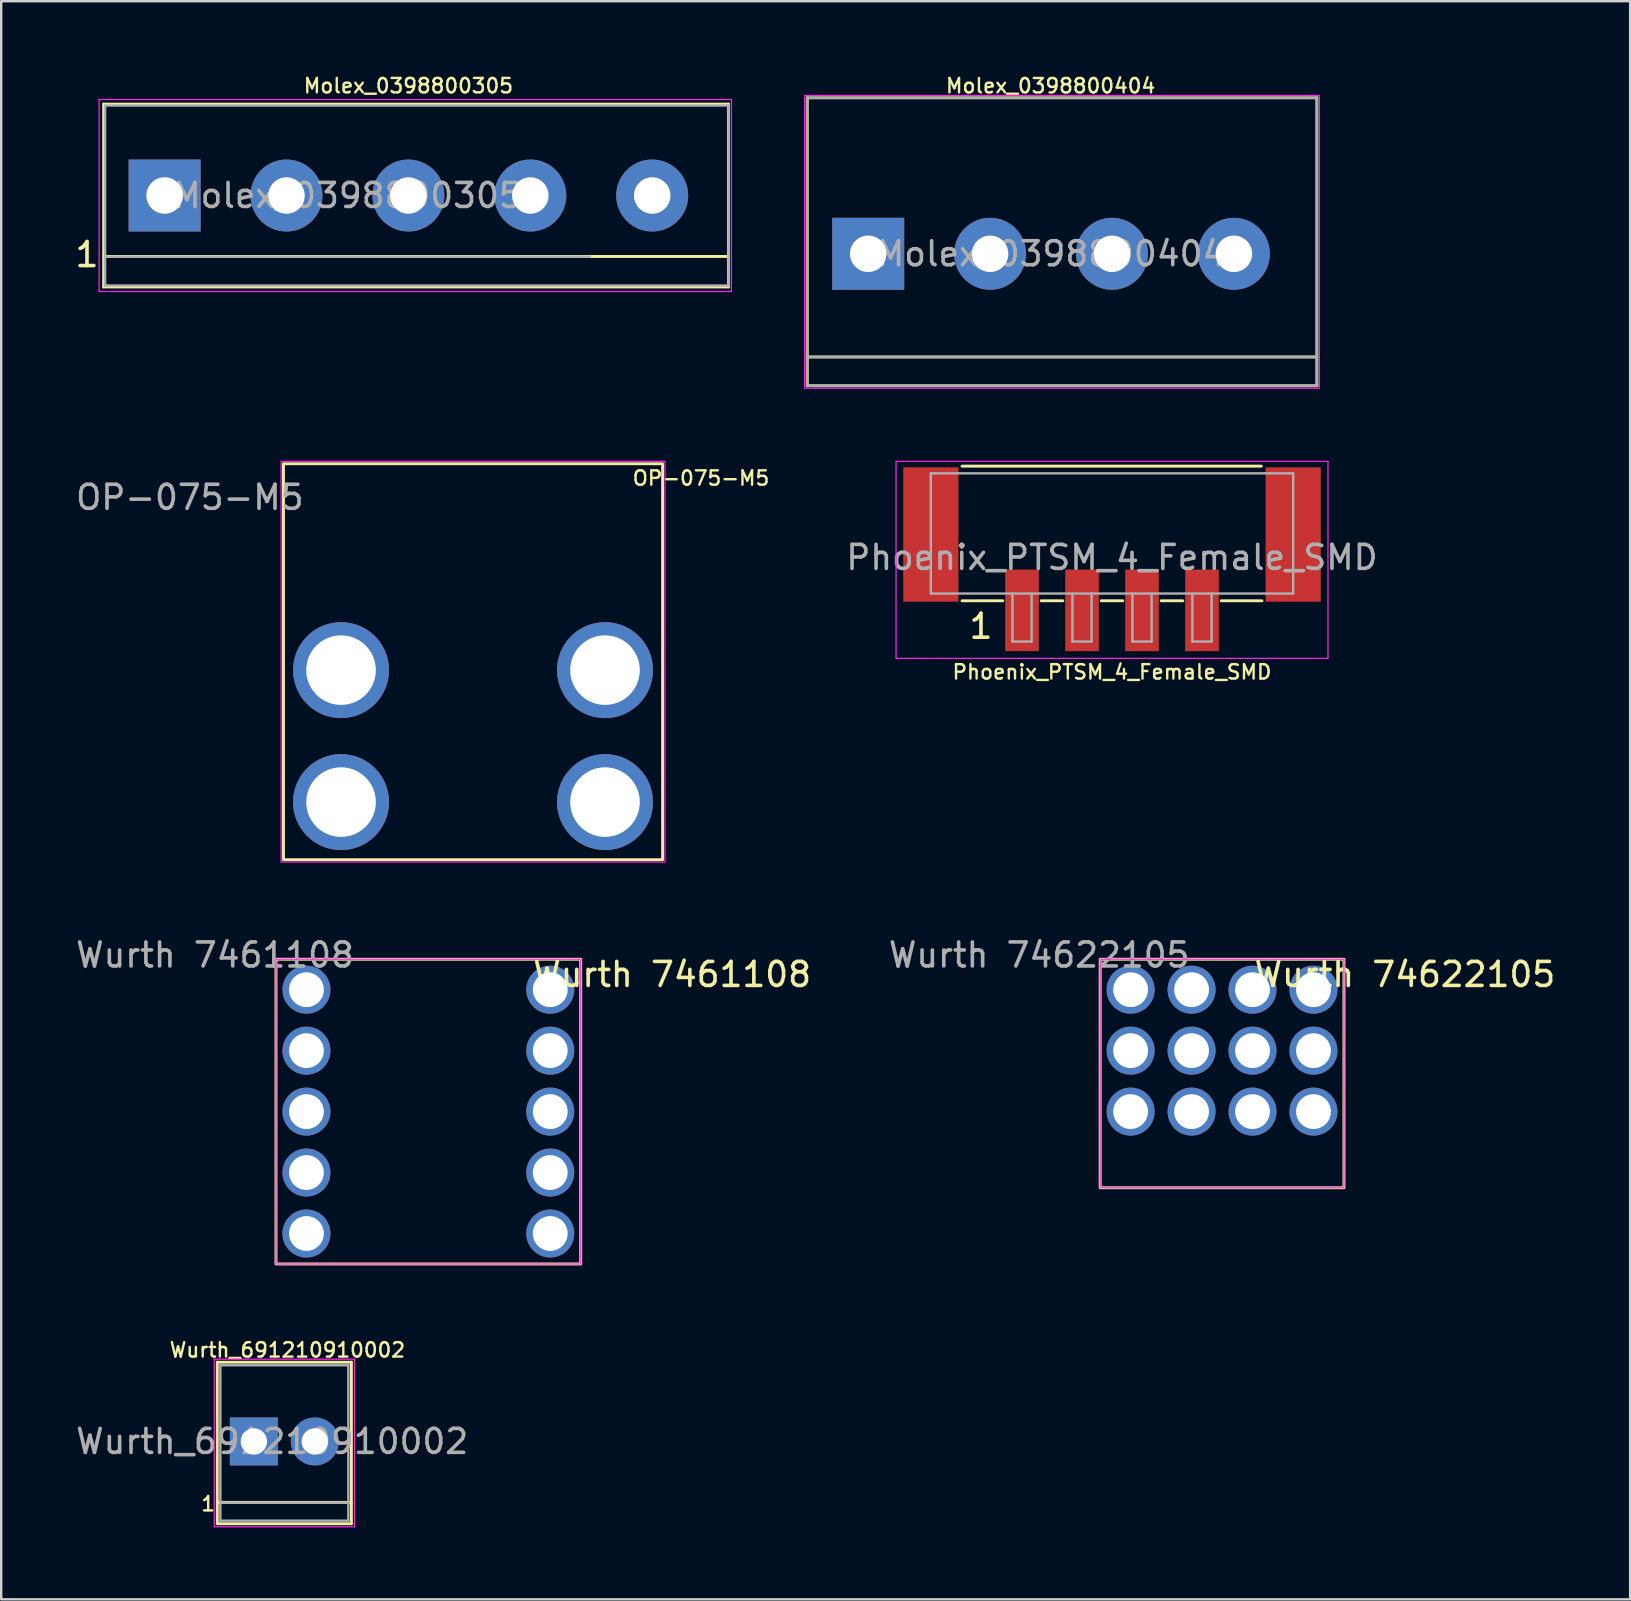
<source format=kicad_pcb>
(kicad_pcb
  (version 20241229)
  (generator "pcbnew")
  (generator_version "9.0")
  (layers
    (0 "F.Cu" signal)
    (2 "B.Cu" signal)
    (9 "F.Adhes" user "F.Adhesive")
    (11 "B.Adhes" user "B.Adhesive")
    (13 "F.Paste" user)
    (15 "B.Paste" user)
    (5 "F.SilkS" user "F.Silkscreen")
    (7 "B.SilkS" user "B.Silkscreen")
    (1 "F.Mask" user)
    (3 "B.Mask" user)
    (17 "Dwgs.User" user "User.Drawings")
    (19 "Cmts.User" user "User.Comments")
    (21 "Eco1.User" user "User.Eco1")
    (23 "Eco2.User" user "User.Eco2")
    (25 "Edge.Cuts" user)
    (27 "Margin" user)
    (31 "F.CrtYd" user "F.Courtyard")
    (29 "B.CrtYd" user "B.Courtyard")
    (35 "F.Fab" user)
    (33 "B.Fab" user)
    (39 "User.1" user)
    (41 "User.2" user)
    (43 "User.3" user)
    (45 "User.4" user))
  (footprint "Wurth 74622105"
    (layer "F.Cu")
    (at 49.148 43.275)
    (property "Reference" "Wurth 74622105" (at 6.35 -5.715 0) (unlocked yes) (layer "F.SilkS") (effects (font (size 1 1) (thickness 0.15))))
    (fp_rect (start -6.35 -6.35) (end 3.81 3.175) (stroke (width 0.12) (type solid)) (fill no) (layer "F.SilkS"))
    (fp_rect (start -6.35 -6.35) (end 3.81 3.175) (stroke (width 0.05) (type solid)) (fill no) (layer "F.CrtYd"))
    (fp_text user "${REFERENCE}" (at -8.89 -6.525 0) (unlocked yes) (layer "F.Fab") (effects (font (size 1 1) (thickness 0.15))))
    (pad "1" thru_hole circle (at -5.08 -5.08) (size 2 2) (drill 1.45) (layers "*.Cu" "*.Mask"))
    (pad "1" thru_hole circle (at -5.08 -2.54) (size 2 2) (drill 1.45) (layers "*.Cu" "*.Mask"))
    (pad "1" thru_hole circle (at -5.08 0) (size 2 2) (drill 1.45) (layers "*.Cu" "*.Mask"))
    (pad "1" thru_hole circle (at -2.54 -5.08) (size 2 2) (drill 1.45) (layers "*.Cu" "*.Mask"))
    (pad "1" thru_hole circle (at -2.54 -2.54) (size 2 2) (drill 1.45) (layers "*.Cu" "*.Mask"))
    (pad "1" thru_hole circle (at -2.54 0) (size 2 2) (drill 1.45) (layers "*.Cu" "*.Mask"))
    (pad "1" thru_hole circle (at 0 -5.08) (size 2 2) (drill 1.45) (layers "*.Cu" "*.Mask"))
    (pad "1" thru_hole circle (at 0 -2.54) (size 2 2) (drill 1.45) (layers "*.Cu" "*.Mask"))
    (pad "1" thru_hole circle (at 0 0) (size 2 2) (drill 1.45) (layers "*.Cu" "*.Mask"))
    (pad "1" thru_hole circle (at 2.54 -5.08) (size 2 2) (drill 1.45) (layers "*.Cu" "*.Mask"))
    (pad "1" thru_hole circle (at 2.54 -2.54) (size 2 2) (drill 1.45) (layers "*.Cu" "*.Mask"))
    (pad "1" thru_hole circle (at 2.54 0) (size 2 2) (drill 1.45) (layers "*.Cu" "*.Mask")))
  (footprint "Wurth 7461108"
    (layer "F.Cu")
    (at 14.801 43.275)
    (property "Reference" "Wurth 7461108" (at 10.16 -5.715 0) (unlocked yes) (layer "F.SilkS") (effects (font (size 1 1) (thickness 0.15))))
    (fp_rect (start -6.35 -6.35) (end 6.35 6.35) (stroke (width 0.12) (type solid)) (fill no) (layer "F.SilkS"))
    (fp_rect (start -6.35 -6.35) (end 6.35 6.35) (stroke (width 0.05) (type solid)) (fill no) (layer "F.CrtYd"))
    (fp_text user "${REFERENCE}" (at -8.89 -6.525 0) (unlocked yes) (layer "F.Fab") (effects (font (size 1 1) (thickness 0.15))))
    (pad "1" thru_hole circle (at -5.08 -5.08) (size 2 2) (drill 1.45) (layers "*.Cu" "*.Mask"))
    (pad "1" thru_hole circle (at -5.08 -2.54) (size 2 2) (drill 1.45) (layers "*.Cu" "*.Mask"))
    (pad "1" thru_hole circle (at -5.08 0) (size 2 2) (drill 1.45) (layers "*.Cu" "*.Mask"))
    (pad "1" thru_hole circle (at -5.08 2.54) (size 2 2) (drill 1.45) (layers "*.Cu" "*.Mask"))
    (pad "1" thru_hole circle (at -5.08 5.08) (size 2 2) (drill 1.45) (layers "*.Cu" "*.Mask"))
    (pad "1" thru_hole circle (at 5.08 -5.08) (size 2 2) (drill 1.45) (layers "*.Cu" "*.Mask"))
    (pad "1" thru_hole circle (at 5.08 -2.54) (size 2 2) (drill 1.45) (layers "*.Cu" "*.Mask"))
    (pad "1" thru_hole circle (at 5.08 0) (size 2 2) (drill 1.45) (layers "*.Cu" "*.Mask"))
    (pad "1" thru_hole circle (at 5.08 2.54) (size 2 2) (drill 1.45) (layers "*.Cu" "*.Mask"))
    (pad "1" thru_hole circle (at 5.08 5.08) (size 2 2) (drill 1.45) (layers "*.Cu" "*.Mask")))
  (footprint "Phoenix_PTSM_4_Female_SMD"
    (layer "F.Cu")
    (at 43.292 20.256)
    (property "Reference" "Phoenix_PTSM_4_Female_SMD" (at 0 4.699 0) (layer "F.SilkS") (effects (font (size 0.6 0.6) (thickness 0.1))))
    (attr smd)
    (fp_line (start -6.25 -3.88) (end 6.223 -3.88) (stroke (width 0.12) (type solid)) (layer "F.SilkS"))
    (fp_line (start -4.55 1.73) (end -6.25 1.73) (stroke (width 0.12) (type solid)) (layer "F.SilkS"))
    (fp_line (start -2.05 1.73) (end -2.95 1.73) (stroke (width 0.12) (type solid)) (layer "F.SilkS"))
    (fp_line (start 0.45 1.73) (end -0.45 1.73) (stroke (width 0.12) (type solid)) (layer "F.SilkS"))
    (fp_line (start 2.95 1.73) (end 2.05 1.73) (stroke (width 0.12) (type solid)) (layer "F.SilkS"))
    (fp_line (start 6.25 1.73) (end 4.55 1.73) (stroke (width 0.12) (type solid)) (layer "F.SilkS"))
    (fp_line (start -9 -4.08) (end 9 -4.08) (stroke (width 0.05) (type solid)) (layer "F.CrtYd"))
    (fp_line (start -9 4.13) (end -9 -4.08) (stroke (width 0.05) (type solid)) (layer "F.CrtYd"))
    (fp_line (start 9 -4.08) (end 9 4.13) (stroke (width 0.05) (type solid)) (layer "F.CrtYd"))
    (fp_line (start 9 4.13) (end -9 4.13) (stroke (width 0.05) (type solid)) (layer "F.CrtYd"))
    (fp_line (start -7.55 -3.58) (end 7.55 -3.58) (stroke (width 0.1) (type solid)) (layer "F.Fab"))
    (fp_line (start -7.55 1.43) (end -7.55 -3.58) (stroke (width 0.1) (type solid)) (layer "F.Fab"))
    (fp_line (start -4.15 1.43) (end -4.15 3.43) (stroke (width 0.1) (type solid)) (layer "F.Fab"))
    (fp_line (start -4.15 3.43) (end -3.35 3.43) (stroke (width 0.1) (type solid)) (layer "F.Fab"))
    (fp_line (start -3.35 1.43) (end -3.35 3.43) (stroke (width 0.1) (type solid)) (layer "F.Fab"))
    (fp_line (start -1.65 1.43) (end -1.65 3.43) (stroke (width 0.1) (type solid)) (layer "F.Fab"))
    (fp_line (start -1.65 3.43) (end -0.85 3.43) (stroke (width 0.1) (type solid)) (layer "F.Fab"))
    (fp_line (start -0.85 1.43) (end -0.85 3.43) (stroke (width 0.1) (type solid)) (layer "F.Fab"))
    (fp_line (start 0.85 1.43) (end 0.85 3.43) (stroke (width 0.1) (type solid)) (layer "F.Fab"))
    (fp_line (start 0.85 3.43) (end 1.65 3.43) (stroke (width 0.1) (type solid)) (layer "F.Fab"))
    (fp_line (start 1.65 1.43) (end 1.65 3.43) (stroke (width 0.1) (type solid)) (layer "F.Fab"))
    (fp_line (start 3.35 1.43) (end 3.35 3.43) (stroke (width 0.1) (type solid)) (layer "F.Fab"))
    (fp_line (start 3.35 3.43) (end 4.15 3.43) (stroke (width 0.1) (type solid)) (layer "F.Fab"))
    (fp_line (start 4.15 1.43) (end 4.15 3.43) (stroke (width 0.1) (type solid)) (layer "F.Fab"))
    (fp_line (start 7.55 1.43) (end -7.55 1.43) (stroke (width 0.1) (type solid)) (layer "F.Fab"))
    (fp_line (start 7.55 1.43) (end 7.55 -3.58) (stroke (width 0.1) (type solid)) (layer "F.Fab"))
    (fp_text user "1" (at -5.461 2.794 0) (unlocked yes) (layer "F.SilkS") (effects (font (size 1 1) (thickness 0.15))))
    (fp_text user "${REFERENCE}" (at 0 -0.075 0) (layer "F.Fab") (effects (font (size 1 1) (thickness 0.15))))
    (pad "" smd rect (at -7.55 -1.03 180) (size 2.3 5.6) (layers "F.Cu" "F.Mask" "F.Paste"))
    (pad "" smd rect (at 7.55 -1.03 180) (size 2.3 5.6) (layers "F.Cu" "F.Mask" "F.Paste"))
    (pad "1" smd rect (at -3.75 2.13 180) (size 1.4 3.4) (layers "F.Cu" "F.Mask" "F.Paste"))
    (pad "2" smd rect (at -1.25 2.13 180) (size 1.4 3.4) (layers "F.Cu" "F.Mask" "F.Paste"))
    (pad "3" smd rect (at 1.25 2.13 180) (size 1.4 3.4) (layers "F.Cu" "F.Mask" "F.Paste"))
    (pad "4" smd rect (at 3.75 2.13 180) (size 1.4 3.4) (layers "F.Cu" "F.Mask" "F.Paste")))
  (footprint "OP-075-M5"
    (layer "F.Cu")
    (at 11.163 25.377)
    (property "Reference" "OP-075-M5" (at 15 -8.5 0) (unlocked yes) (layer "F.SilkS") (effects (font (size 0.6 0.6) (thickness 0.1))))
    (attr smd)
    (fp_rect (start -2.4 -9.1) (end 13.4 7.4) (stroke (width 0.12) (type solid)) (fill no) (layer "F.SilkS"))
    (fp_rect (start 13.5 -9.2) (end -2.5 7.5) (stroke (width 0.05) (type solid)) (fill no) (layer "F.CrtYd"))
    (fp_text user "${REFERENCE}" (at -6.3 -7.7 0) (unlocked yes) (layer "F.Fab") (effects (font (size 1 1) (thickness 0.15))))
    (pad "1" thru_hole circle (at 0 -0.5) (size 4 4) (drill 2.9) (layers "*.Cu" "*.Mask"))
    (pad "2" thru_hole circle (at 0 5) (size 4 4) (drill 2.9) (layers "*.Cu" "*.Mask"))
    (pad "3" thru_hole circle (at 11 5) (size 4 4) (drill 2.9) (layers "*.Cu" "*.Mask"))
    (pad "4" thru_hole circle (at 11 -0.5) (size 4 4) (drill 2.9) (layers "*.Cu" "*.Mask")))
  (footprint "Molex_0398800404"
    (layer "F.Cu")
    (at 33.132 7.527)
    (property "Reference" "Molex_0398800404" (at 7.6 -7 0) (layer "F.SilkS") (effects (font (size 0.6 0.6) (thickness 0.1))))
    (attr through_hole)
    (fp_line (start -2.54 -6.5) (end -2.54 5.5) (stroke (width 0.12) (type solid)) (layer "F.SilkS"))
    (fp_line (start -2.54 -6.5) (end 18.7 -6.5) (stroke (width 0.12) (type solid)) (layer "F.SilkS"))
    (fp_line (start -2.54 5.5) (end 18.7 5.5) (stroke (width 0.12) (type solid)) (layer "F.SilkS"))
    (fp_line (start 18.7 4.3) (end -2.54 4.3) (stroke (width 0.12) (type solid)) (layer "F.SilkS"))
    (fp_line (start 18.7 5.5) (end 18.7 -6.5) (stroke (width 0.12) (type solid)) (layer "F.SilkS"))
    (fp_rect (start 18.8 -6.6) (end -2.65 5.6) (stroke (width 0.05) (type solid)) (fill no) (layer "F.CrtYd"))
    (fp_line (start 18.7 4.3) (end -2.55 4.3) (stroke (width 0.1) (type solid)) (layer "F.Fab"))
    (fp_rect (start -2.55 -6.5) (end 18.7 5.5) (stroke (width 0.1) (type solid)) (fill no) (layer "F.Fab"))
    (fp_text user "${REFERENCE}" (at 7.62 0 0) (layer "F.Fab") (effects (font (size 1 1) (thickness 0.15))))
    (pad "1" thru_hole rect (at 0 0) (size 3 3) (drill 1.52) (layers "*.Cu" "*.Mask"))
    (pad "2" thru_hole circle (at 5.08 0) (size 3 3) (drill 1.52) (layers "*.Cu" "*.Mask"))
    (pad "3" thru_hole circle (at 10.16 0) (size 3 3) (drill 1.52) (layers "*.Cu" "*.Mask"))
    (pad "4" thru_hole circle (at 15.24 0) (size 3 3) (drill 1.52) (layers "*.Cu" "*.Mask")))
  (footprint "Wurth_691210910002"
    (layer "F.Cu")
    (at 8.292 57.021)
    (property "Reference" "Wurth_691210910002" (at 0.635 -3.81 0) (layer "F.SilkS") (effects (font (size 0.6 0.6) (thickness 0.1))))
    (attr through_hole)
    (fp_line (start -2.286 -3.302) (end -2.286 3.429) (stroke (width 0.12) (type solid)) (layer "F.SilkS"))
    (fp_line (start -2.286 3.429) (end 3.302 3.429) (stroke (width 0.12) (type solid)) (layer "F.SilkS"))
    (fp_line (start 3.302 -3.302) (end -2.286 -3.302) (stroke (width 0.12) (type solid)) (layer "F.SilkS"))
    (fp_line (start 3.302 2.54) (end -2.286 2.54) (stroke (width 0.12) (type solid)) (layer "F.SilkS"))
    (fp_line (start 3.302 3.429) (end 3.302 -3.302) (stroke (width 0.12) (type solid)) (layer "F.SilkS"))
    (fp_line (start -2.413 -3.429) (end -2.413 3.556) (stroke (width 0.05) (type solid)) (layer "F.CrtYd"))
    (fp_line (start -2.413 -3.429) (end 3.429 -3.429) (stroke (width 0.05) (type solid)) (layer "F.CrtYd"))
    (fp_line (start 3.429 3.556) (end -2.413 3.556) (stroke (width 0.05) (type solid)) (layer "F.CrtYd"))
    (fp_line (start 3.429 3.556) (end 3.429 -3.429) (stroke (width 0.05) (type solid)) (layer "F.CrtYd"))
    (fp_line (start -2.159 -3.175) (end -2.159 3.302) (stroke (width 0.1) (type solid)) (layer "F.Fab"))
    (fp_line (start -2.159 2.55) (end 3.175 2.55) (stroke (width 0.1) (type solid)) (layer "F.Fab"))
    (fp_line (start -2.159 3.302) (end 3.175 3.302) (stroke (width 0.1) (type solid)) (layer "F.Fab"))
    (fp_line (start 3.175 -3.175) (end -2.159 -3.175) (stroke (width 0.1) (type solid)) (layer "F.Fab"))
    (fp_line (start 3.175 3.302) (end 3.175 -3.175) (stroke (width 0.1) (type solid)) (layer "F.Fab"))
    (fp_text user "1" (at -2.667 2.6 0) (unlocked yes) (layer "F.SilkS") (effects (font (size 0.6 0.6) (thickness 0.1) (bold yes))))
    (fp_text user "${REFERENCE}" (at 0 0 0) (layer "F.Fab") (effects (font (size 1 1) (thickness 0.15))))
    (pad "1" thru_hole rect (at -0.762 0) (size 2 2) (drill 1.1) (layers "*.Cu" "*.Mask"))
    (pad "2" thru_hole circle (at 1.778 0) (size 2 2) (drill 1.1) (layers "*.Cu" "*.Mask")))
  (footprint "Molex_0398800305"
    (layer "F.Cu")
    (at 3.81 5.098)
    (property "Reference" "Molex_0398800305" (at 10.16 -4.572 0) (layer "F.SilkS") (effects (font (size 0.6 0.6) (thickness 0.1) (bold yes))))
    (attr through_hole)
    (fp_line (start -2.54 -3.81) (end -2.54 3.81) (stroke (width 0.12) (type solid)) (layer "F.SilkS"))
    (fp_line (start -2.54 -3.81) (end 23.495 -3.81) (stroke (width 0.12) (type solid)) (layer "F.SilkS"))
    (fp_line (start -2.54 3.81) (end 23.495 3.81) (stroke (width 0.12) (type solid)) (layer "F.SilkS"))
    (fp_line (start 23.495 2.54) (end -2.54 2.54) (stroke (width 0.12) (type solid)) (layer "F.SilkS"))
    (fp_line (start 23.495 3.81) (end 23.495 -3.81) (stroke (width 0.12) (type solid)) (layer "F.SilkS"))
    (fp_line (start -2.73 -4) (end -2.73 4) (stroke (width 0.05) (type solid)) (layer "F.CrtYd"))
    (fp_line (start -2.73 -4) (end 23.622 -4) (stroke (width 0.05) (type solid)) (layer "F.CrtYd"))
    (fp_line (start 23.622 4) (end -2.73 4) (stroke (width 0.05) (type solid)) (layer "F.CrtYd"))
    (fp_line (start 23.622 4) (end 23.622 -4) (stroke (width 0.05) (type solid)) (layer "F.CrtYd"))
    (fp_line (start -2.48 -3.75) (end 23.495 -3.75) (stroke (width 0.1) (type solid)) (layer "F.Fab"))
    (fp_line (start -2.48 2.55) (end 17.72 2.55) (stroke (width 0.1) (type solid)) (layer "F.Fab"))
    (fp_line (start -2.48 3.75) (end -2.48 -3.75) (stroke (width 0.1) (type solid)) (layer "F.Fab"))
    (fp_line (start -2.43 3.75) (end -2.48 3.75) (stroke (width 0.1) (type solid)) (layer "F.Fab"))
    (fp_line (start 23.495 -3.75) (end 23.495 3.75) (stroke (width 0.1) (type solid)) (layer "F.Fab"))
    (fp_line (start 23.495 3.75) (end -2.43 3.75) (stroke (width 0.1) (type solid)) (layer "F.Fab"))
    (fp_text user "1" (at -3.81 3.048 0) (unlocked yes) (layer "F.SilkS") (effects (font (size 1 1) (thickness 0.15)) (justify left bottom)))
    (fp_text user "${REFERENCE}" (at 7.62 0 0) (layer "F.Fab") (effects (font (size 1 1) (thickness 0.15))))
    (pad "1" thru_hole rect (at 0 0) (size 3 3) (drill 1.52) (layers "*.Cu" "*.Mask"))
    (pad "2" thru_hole circle (at 5.08 0) (size 3 3) (drill 1.52) (layers "*.Cu" "*.Mask"))
    (pad "3" thru_hole circle (at 10.16 0) (size 3 3) (drill 1.52) (layers "*.Cu" "*.Mask"))
    (pad "4" thru_hole circle (at 15.24 0) (size 3 3) (drill 1.52) (layers "*.Cu" "*.Mask"))
    (pad "5" thru_hole circle (at 20.32 0) (size 3 3) (drill 1.52) (layers "*.Cu" "*.Mask")))
  (gr_rect
    (start -3 -3)
    (end 64.885 63.602)
    (stroke (width 0.1) (type default))
    (fill no)
    (layer "Edge.Cuts")))
</source>
